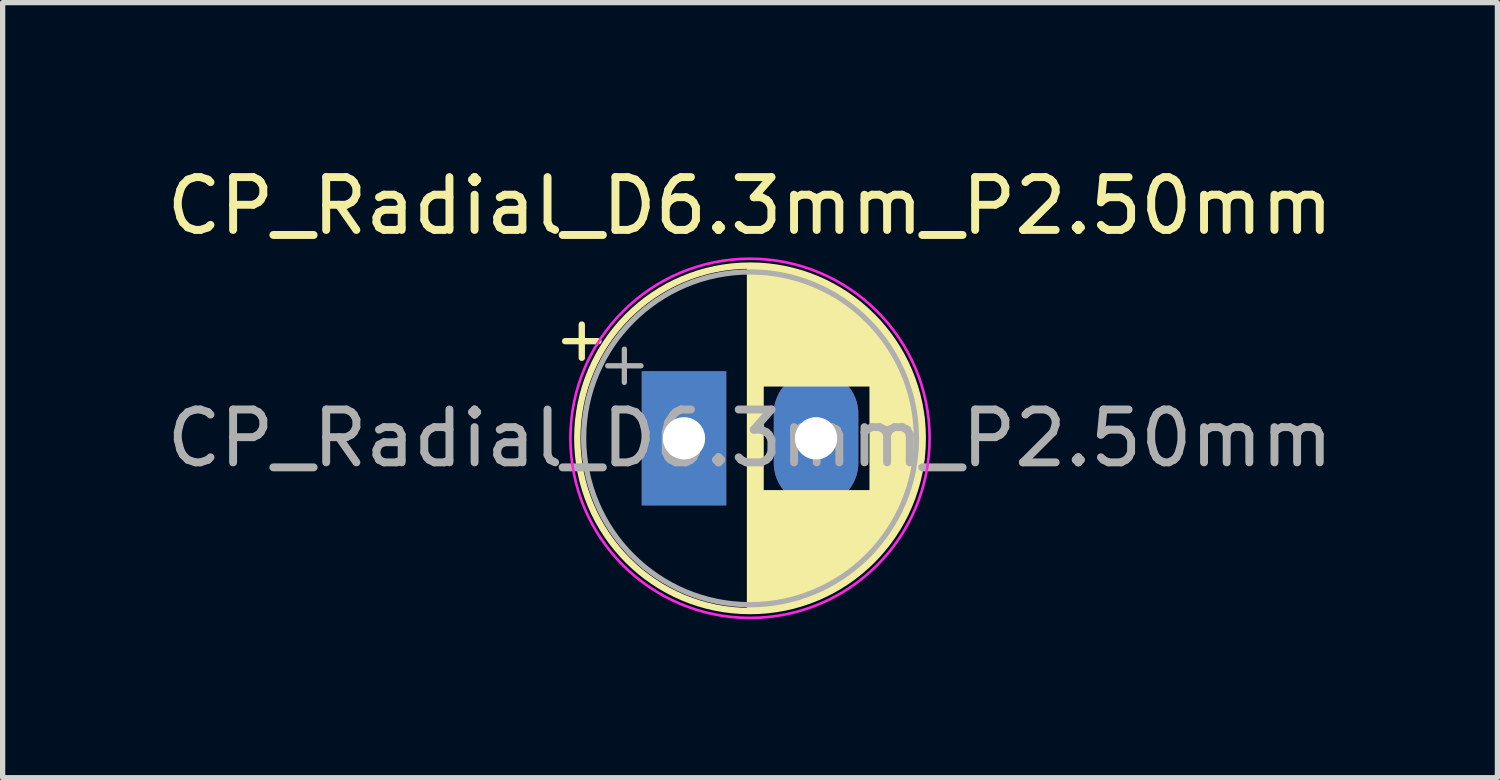
<source format=kicad_pcb>
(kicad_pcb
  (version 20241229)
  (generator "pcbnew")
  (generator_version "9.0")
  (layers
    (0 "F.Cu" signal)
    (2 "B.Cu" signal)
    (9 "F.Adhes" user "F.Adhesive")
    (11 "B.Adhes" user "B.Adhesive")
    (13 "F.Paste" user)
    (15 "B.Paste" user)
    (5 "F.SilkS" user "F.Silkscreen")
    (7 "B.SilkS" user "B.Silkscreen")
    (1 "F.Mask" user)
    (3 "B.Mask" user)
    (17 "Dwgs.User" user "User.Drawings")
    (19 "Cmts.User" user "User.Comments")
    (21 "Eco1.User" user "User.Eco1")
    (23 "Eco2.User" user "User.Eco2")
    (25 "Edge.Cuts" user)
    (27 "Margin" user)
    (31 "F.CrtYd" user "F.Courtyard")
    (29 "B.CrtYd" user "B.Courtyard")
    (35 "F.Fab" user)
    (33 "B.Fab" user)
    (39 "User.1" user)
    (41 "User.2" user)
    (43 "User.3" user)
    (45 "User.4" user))
  (footprint "CP_Radial_D6.3mm_P2.50mm"
    (layer "F.Cu")
    (at 9.899 5.248)
    (property "Reference" "CP_Radial_D6.3mm_P2.50mm" (at 1.25 -4.4 0) (layer "F.SilkS") (effects (font (size 1 1) (thickness 0.15))))
    (attr through_hole)
    (fp_line (start -2.25 -1.839) (end -1.62 -1.839) (stroke (width 0.12) (type solid)) (layer "F.SilkS"))
    (fp_line (start -1.935 -2.154) (end -1.935 -1.524) (stroke (width 0.12) (type solid)) (layer "F.SilkS"))
    (fp_line (start 1.25 -3.23) (end 1.25 3.23) (stroke (width 0.12) (type solid)) (layer "F.SilkS"))
    (fp_line (start 1.29 -3.23) (end 1.29 3.23) (stroke (width 0.12) (type solid)) (layer "F.SilkS"))
    (fp_line (start 1.33 -3.23) (end 1.33 3.23) (stroke (width 0.12) (type solid)) (layer "F.SilkS"))
    (fp_line (start 1.37 -3.228) (end 1.37 3.228) (stroke (width 0.12) (type solid)) (layer "F.SilkS"))
    (fp_line (start 1.41 -3.227) (end 1.41 3.227) (stroke (width 0.12) (type solid)) (layer "F.SilkS"))
    (fp_line (start 1.45 -3.224) (end 1.45 3.224) (stroke (width 0.12) (type solid)) (layer "F.SilkS"))
    (fp_line (start 1.49 -3.222) (end 1.49 -1.04) (stroke (width 0.12) (type solid)) (layer "F.SilkS"))
    (fp_line (start 1.49 1.04) (end 1.49 3.222) (stroke (width 0.12) (type solid)) (layer "F.SilkS"))
    (fp_line (start 1.53 -3.218) (end 1.53 -1.04) (stroke (width 0.12) (type solid)) (layer "F.SilkS"))
    (fp_line (start 1.53 1.04) (end 1.53 3.218) (stroke (width 0.12) (type solid)) (layer "F.SilkS"))
    (fp_line (start 1.57 -3.215) (end 1.57 -1.04) (stroke (width 0.12) (type solid)) (layer "F.SilkS"))
    (fp_line (start 1.57 1.04) (end 1.57 3.215) (stroke (width 0.12) (type solid)) (layer "F.SilkS"))
    (fp_line (start 1.61 -3.211) (end 1.61 -1.04) (stroke (width 0.12) (type solid)) (layer "F.SilkS"))
    (fp_line (start 1.61 1.04) (end 1.61 3.211) (stroke (width 0.12) (type solid)) (layer "F.SilkS"))
    (fp_line (start 1.65 -3.206) (end 1.65 -1.04) (stroke (width 0.12) (type solid)) (layer "F.SilkS"))
    (fp_line (start 1.65 1.04) (end 1.65 3.206) (stroke (width 0.12) (type solid)) (layer "F.SilkS"))
    (fp_line (start 1.69 -3.201) (end 1.69 -1.04) (stroke (width 0.12) (type solid)) (layer "F.SilkS"))
    (fp_line (start 1.69 1.04) (end 1.69 3.201) (stroke (width 0.12) (type solid)) (layer "F.SilkS"))
    (fp_line (start 1.73 -3.195) (end 1.73 -1.04) (stroke (width 0.12) (type solid)) (layer "F.SilkS"))
    (fp_line (start 1.73 1.04) (end 1.73 3.195) (stroke (width 0.12) (type solid)) (layer "F.SilkS"))
    (fp_line (start 1.77 -3.189) (end 1.77 -1.04) (stroke (width 0.12) (type solid)) (layer "F.SilkS"))
    (fp_line (start 1.77 1.04) (end 1.77 3.189) (stroke (width 0.12) (type solid)) (layer "F.SilkS"))
    (fp_line (start 1.81 -3.182) (end 1.81 -1.04) (stroke (width 0.12) (type solid)) (layer "F.SilkS"))
    (fp_line (start 1.81 1.04) (end 1.81 3.182) (stroke (width 0.12) (type solid)) (layer "F.SilkS"))
    (fp_line (start 1.85 -3.175) (end 1.85 -1.04) (stroke (width 0.12) (type solid)) (layer "F.SilkS"))
    (fp_line (start 1.85 1.04) (end 1.85 3.175) (stroke (width 0.12) (type solid)) (layer "F.SilkS"))
    (fp_line (start 1.89 -3.167) (end 1.89 -1.04) (stroke (width 0.12) (type solid)) (layer "F.SilkS"))
    (fp_line (start 1.89 1.04) (end 1.89 3.167) (stroke (width 0.12) (type solid)) (layer "F.SilkS"))
    (fp_line (start 1.93 -3.159) (end 1.93 -1.04) (stroke (width 0.12) (type solid)) (layer "F.SilkS"))
    (fp_line (start 1.93 1.04) (end 1.93 3.159) (stroke (width 0.12) (type solid)) (layer "F.SilkS"))
    (fp_line (start 1.971 -3.15) (end 1.971 -1.04) (stroke (width 0.12) (type solid)) (layer "F.SilkS"))
    (fp_line (start 1.971 1.04) (end 1.971 3.15) (stroke (width 0.12) (type solid)) (layer "F.SilkS"))
    (fp_line (start 2.011 -3.141) (end 2.011 -1.04) (stroke (width 0.12) (type solid)) (layer "F.SilkS"))
    (fp_line (start 2.011 1.04) (end 2.011 3.141) (stroke (width 0.12) (type solid)) (layer "F.SilkS"))
    (fp_line (start 2.051 -3.131) (end 2.051 -1.04) (stroke (width 0.12) (type solid)) (layer "F.SilkS"))
    (fp_line (start 2.051 1.04) (end 2.051 3.131) (stroke (width 0.12) (type solid)) (layer "F.SilkS"))
    (fp_line (start 2.091 -3.121) (end 2.091 -1.04) (stroke (width 0.12) (type solid)) (layer "F.SilkS"))
    (fp_line (start 2.091 1.04) (end 2.091 3.121) (stroke (width 0.12) (type solid)) (layer "F.SilkS"))
    (fp_line (start 2.131 -3.11) (end 2.131 -1.04) (stroke (width 0.12) (type solid)) (layer "F.SilkS"))
    (fp_line (start 2.131 1.04) (end 2.131 3.11) (stroke (width 0.12) (type solid)) (layer "F.SilkS"))
    (fp_line (start 2.171 -3.098) (end 2.171 -1.04) (stroke (width 0.12) (type solid)) (layer "F.SilkS"))
    (fp_line (start 2.171 1.04) (end 2.171 3.098) (stroke (width 0.12) (type solid)) (layer "F.SilkS"))
    (fp_line (start 2.211 -3.086) (end 2.211 -1.04) (stroke (width 0.12) (type solid)) (layer "F.SilkS"))
    (fp_line (start 2.211 1.04) (end 2.211 3.086) (stroke (width 0.12) (type solid)) (layer "F.SilkS"))
    (fp_line (start 2.251 -3.074) (end 2.251 -1.04) (stroke (width 0.12) (type solid)) (layer "F.SilkS"))
    (fp_line (start 2.251 1.04) (end 2.251 3.074) (stroke (width 0.12) (type solid)) (layer "F.SilkS"))
    (fp_line (start 2.291 -3.061) (end 2.291 -1.04) (stroke (width 0.12) (type solid)) (layer "F.SilkS"))
    (fp_line (start 2.291 1.04) (end 2.291 3.061) (stroke (width 0.12) (type solid)) (layer "F.SilkS"))
    (fp_line (start 2.331 -3.047) (end 2.331 -1.04) (stroke (width 0.12) (type solid)) (layer "F.SilkS"))
    (fp_line (start 2.331 1.04) (end 2.331 3.047) (stroke (width 0.12) (type solid)) (layer "F.SilkS"))
    (fp_line (start 2.371 -3.033) (end 2.371 -1.04) (stroke (width 0.12) (type solid)) (layer "F.SilkS"))
    (fp_line (start 2.371 1.04) (end 2.371 3.033) (stroke (width 0.12) (type solid)) (layer "F.SilkS"))
    (fp_line (start 2.411 -3.018) (end 2.411 -1.04) (stroke (width 0.12) (type solid)) (layer "F.SilkS"))
    (fp_line (start 2.411 1.04) (end 2.411 3.018) (stroke (width 0.12) (type solid)) (layer "F.SilkS"))
    (fp_line (start 2.451 -3.002) (end 2.451 -1.04) (stroke (width 0.12) (type solid)) (layer "F.SilkS"))
    (fp_line (start 2.451 1.04) (end 2.451 3.002) (stroke (width 0.12) (type solid)) (layer "F.SilkS"))
    (fp_line (start 2.491 -2.986) (end 2.491 -1.04) (stroke (width 0.12) (type solid)) (layer "F.SilkS"))
    (fp_line (start 2.491 1.04) (end 2.491 2.986) (stroke (width 0.12) (type solid)) (layer "F.SilkS"))
    (fp_line (start 2.531 -2.97) (end 2.531 -1.04) (stroke (width 0.12) (type solid)) (layer "F.SilkS"))
    (fp_line (start 2.531 1.04) (end 2.531 2.97) (stroke (width 0.12) (type solid)) (layer "F.SilkS"))
    (fp_line (start 2.571 -2.952) (end 2.571 -1.04) (stroke (width 0.12) (type solid)) (layer "F.SilkS"))
    (fp_line (start 2.571 1.04) (end 2.571 2.952) (stroke (width 0.12) (type solid)) (layer "F.SilkS"))
    (fp_line (start 2.611 -2.934) (end 2.611 -1.04) (stroke (width 0.12) (type solid)) (layer "F.SilkS"))
    (fp_line (start 2.611 1.04) (end 2.611 2.934) (stroke (width 0.12) (type solid)) (layer "F.SilkS"))
    (fp_line (start 2.651 -2.916) (end 2.651 -1.04) (stroke (width 0.12) (type solid)) (layer "F.SilkS"))
    (fp_line (start 2.651 1.04) (end 2.651 2.916) (stroke (width 0.12) (type solid)) (layer "F.SilkS"))
    (fp_line (start 2.691 -2.896) (end 2.691 -1.04) (stroke (width 0.12) (type solid)) (layer "F.SilkS"))
    (fp_line (start 2.691 1.04) (end 2.691 2.896) (stroke (width 0.12) (type solid)) (layer "F.SilkS"))
    (fp_line (start 2.731 -2.876) (end 2.731 -1.04) (stroke (width 0.12) (type solid)) (layer "F.SilkS"))
    (fp_line (start 2.731 1.04) (end 2.731 2.876) (stroke (width 0.12) (type solid)) (layer "F.SilkS"))
    (fp_line (start 2.771 -2.856) (end 2.771 -1.04) (stroke (width 0.12) (type solid)) (layer "F.SilkS"))
    (fp_line (start 2.771 1.04) (end 2.771 2.856) (stroke (width 0.12) (type solid)) (layer "F.SilkS"))
    (fp_line (start 2.811 -2.834) (end 2.811 -1.04) (stroke (width 0.12) (type solid)) (layer "F.SilkS"))
    (fp_line (start 2.811 1.04) (end 2.811 2.834) (stroke (width 0.12) (type solid)) (layer "F.SilkS"))
    (fp_line (start 2.851 -2.812) (end 2.851 -1.04) (stroke (width 0.12) (type solid)) (layer "F.SilkS"))
    (fp_line (start 2.851 1.04) (end 2.851 2.812) (stroke (width 0.12) (type solid)) (layer "F.SilkS"))
    (fp_line (start 2.891 -2.79) (end 2.891 -1.04) (stroke (width 0.12) (type solid)) (layer "F.SilkS"))
    (fp_line (start 2.891 1.04) (end 2.891 2.79) (stroke (width 0.12) (type solid)) (layer "F.SilkS"))
    (fp_line (start 2.931 -2.766) (end 2.931 -1.04) (stroke (width 0.12) (type solid)) (layer "F.SilkS"))
    (fp_line (start 2.931 1.04) (end 2.931 2.766) (stroke (width 0.12) (type solid)) (layer "F.SilkS"))
    (fp_line (start 2.971 -2.742) (end 2.971 -1.04) (stroke (width 0.12) (type solid)) (layer "F.SilkS"))
    (fp_line (start 2.971 1.04) (end 2.971 2.742) (stroke (width 0.12) (type solid)) (layer "F.SilkS"))
    (fp_line (start 3.011 -2.716) (end 3.011 -1.04) (stroke (width 0.12) (type solid)) (layer "F.SilkS"))
    (fp_line (start 3.011 1.04) (end 3.011 2.716) (stroke (width 0.12) (type solid)) (layer "F.SilkS"))
    (fp_line (start 3.051 -2.69) (end 3.051 -1.04) (stroke (width 0.12) (type solid)) (layer "F.SilkS"))
    (fp_line (start 3.051 1.04) (end 3.051 2.69) (stroke (width 0.12) (type solid)) (layer "F.SilkS"))
    (fp_line (start 3.091 -2.664) (end 3.091 -1.04) (stroke (width 0.12) (type solid)) (layer "F.SilkS"))
    (fp_line (start 3.091 1.04) (end 3.091 2.664) (stroke (width 0.12) (type solid)) (layer "F.SilkS"))
    (fp_line (start 3.131 -2.636) (end 3.131 -1.04) (stroke (width 0.12) (type solid)) (layer "F.SilkS"))
    (fp_line (start 3.131 1.04) (end 3.131 2.636) (stroke (width 0.12) (type solid)) (layer "F.SilkS"))
    (fp_line (start 3.171 -2.607) (end 3.171 -1.04) (stroke (width 0.12) (type solid)) (layer "F.SilkS"))
    (fp_line (start 3.171 1.04) (end 3.171 2.607) (stroke (width 0.12) (type solid)) (layer "F.SilkS"))
    (fp_line (start 3.211 -2.578) (end 3.211 -1.04) (stroke (width 0.12) (type solid)) (layer "F.SilkS"))
    (fp_line (start 3.211 1.04) (end 3.211 2.578) (stroke (width 0.12) (type solid)) (layer "F.SilkS"))
    (fp_line (start 3.251 -2.548) (end 3.251 -1.04) (stroke (width 0.12) (type solid)) (layer "F.SilkS"))
    (fp_line (start 3.251 1.04) (end 3.251 2.548) (stroke (width 0.12) (type solid)) (layer "F.SilkS"))
    (fp_line (start 3.291 -2.516) (end 3.291 -1.04) (stroke (width 0.12) (type solid)) (layer "F.SilkS"))
    (fp_line (start 3.291 1.04) (end 3.291 2.516) (stroke (width 0.12) (type solid)) (layer "F.SilkS"))
    (fp_line (start 3.331 -2.484) (end 3.331 -1.04) (stroke (width 0.12) (type solid)) (layer "F.SilkS"))
    (fp_line (start 3.331 1.04) (end 3.331 2.484) (stroke (width 0.12) (type solid)) (layer "F.SilkS"))
    (fp_line (start 3.371 -2.45) (end 3.371 -1.04) (stroke (width 0.12) (type solid)) (layer "F.SilkS"))
    (fp_line (start 3.371 1.04) (end 3.371 2.45) (stroke (width 0.12) (type solid)) (layer "F.SilkS"))
    (fp_line (start 3.411 -2.416) (end 3.411 -1.04) (stroke (width 0.12) (type solid)) (layer "F.SilkS"))
    (fp_line (start 3.411 1.04) (end 3.411 2.416) (stroke (width 0.12) (type solid)) (layer "F.SilkS"))
    (fp_line (start 3.451 -2.38) (end 3.451 -1.04) (stroke (width 0.12) (type solid)) (layer "F.SilkS"))
    (fp_line (start 3.451 1.04) (end 3.451 2.38) (stroke (width 0.12) (type solid)) (layer "F.SilkS"))
    (fp_line (start 3.491 -2.343) (end 3.491 -1.04) (stroke (width 0.12) (type solid)) (layer "F.SilkS"))
    (fp_line (start 3.491 1.04) (end 3.491 2.343) (stroke (width 0.12) (type solid)) (layer "F.SilkS"))
    (fp_line (start 3.531 -2.305) (end 3.531 -1.04) (stroke (width 0.12) (type solid)) (layer "F.SilkS"))
    (fp_line (start 3.531 1.04) (end 3.531 2.305) (stroke (width 0.12) (type solid)) (layer "F.SilkS"))
    (fp_line (start 3.571 -2.265) (end 3.571 2.265) (stroke (width 0.12) (type solid)) (layer "F.SilkS"))
    (fp_line (start 3.611 -2.224) (end 3.611 2.224) (stroke (width 0.12) (type solid)) (layer "F.SilkS"))
    (fp_line (start 3.651 -2.182) (end 3.651 2.182) (stroke (width 0.12) (type solid)) (layer "F.SilkS"))
    (fp_line (start 3.691 -2.137) (end 3.691 2.137) (stroke (width 0.12) (type solid)) (layer "F.SilkS"))
    (fp_line (start 3.731 -2.092) (end 3.731 2.092) (stroke (width 0.12) (type solid)) (layer "F.SilkS"))
    (fp_line (start 3.771 -2.044) (end 3.771 2.044) (stroke (width 0.12) (type solid)) (layer "F.SilkS"))
    (fp_line (start 3.811 -1.995) (end 3.811 1.995) (stroke (width 0.12) (type solid)) (layer "F.SilkS"))
    (fp_line (start 3.851 -1.944) (end 3.851 1.944) (stroke (width 0.12) (type solid)) (layer "F.SilkS"))
    (fp_line (start 3.891 -1.89) (end 3.891 1.89) (stroke (width 0.12) (type solid)) (layer "F.SilkS"))
    (fp_line (start 3.931 -1.834) (end 3.931 1.834) (stroke (width 0.12) (type solid)) (layer "F.SilkS"))
    (fp_line (start 3.971 -1.776) (end 3.971 1.776) (stroke (width 0.12) (type solid)) (layer "F.SilkS"))
    (fp_line (start 4.011 -1.714) (end 4.011 1.714) (stroke (width 0.12) (type solid)) (layer "F.SilkS"))
    (fp_line (start 4.051 -1.65) (end 4.051 1.65) (stroke (width 0.12) (type solid)) (layer "F.SilkS"))
    (fp_line (start 4.091 -1.581) (end 4.091 1.581) (stroke (width 0.12) (type solid)) (layer "F.SilkS"))
    (fp_line (start 4.131 -1.509) (end 4.131 1.509) (stroke (width 0.12) (type solid)) (layer "F.SilkS"))
    (fp_line (start 4.171 -1.432) (end 4.171 1.432) (stroke (width 0.12) (type solid)) (layer "F.SilkS"))
    (fp_line (start 4.211 -1.35) (end 4.211 1.35) (stroke (width 0.12) (type solid)) (layer "F.SilkS"))
    (fp_line (start 4.251 -1.262) (end 4.251 1.262) (stroke (width 0.12) (type solid)) (layer "F.SilkS"))
    (fp_line (start 4.291 -1.165) (end 4.291 1.165) (stroke (width 0.12) (type solid)) (layer "F.SilkS"))
    (fp_line (start 4.331 -1.059) (end 4.331 1.059) (stroke (width 0.12) (type solid)) (layer "F.SilkS"))
    (fp_line (start 4.371 -0.94) (end 4.371 0.94) (stroke (width 0.12) (type solid)) (layer "F.SilkS"))
    (fp_line (start 4.411 -0.802) (end 4.411 0.802) (stroke (width 0.12) (type solid)) (layer "F.SilkS"))
    (fp_line (start 4.451 -0.633) (end 4.451 0.633) (stroke (width 0.12) (type solid)) (layer "F.SilkS"))
    (fp_line (start 4.491 -0.402) (end 4.491 0.402) (stroke (width 0.12) (type solid)) (layer "F.SilkS"))
    (fp_circle (center 1.25 0) (end 4.52 0) (stroke (width 0.12) (type solid)) (fill no) (layer "F.SilkS"))
    (fp_circle (center 1.25 0) (end 4.65 0) (stroke (width 0.05) (type solid)) (fill no) (layer "F.CrtYd"))
    (fp_line (start -1.444 -1.373) (end -0.814 -1.373) (stroke (width 0.1) (type solid)) (layer "F.Fab"))
    (fp_line (start -1.129 -1.688) (end -1.129 -1.058) (stroke (width 0.1) (type solid)) (layer "F.Fab"))
    (fp_circle (center 1.25 0) (end 4.4 0) (stroke (width 0.1) (type solid)) (fill no) (layer "F.Fab"))
    (fp_text user "${REFERENCE}" (at 1.25 0 0) (layer "F.Fab") (effects (font (size 1 1) (thickness 0.15))))
    (pad "1" thru_hole rect (at 0 0) (size 1.6 2.54) (drill 0.8) (layers "*.Cu" "*.Mask"))
    (pad "2" thru_hole oval (at 2.5 0) (size 1.6 2.54) (drill 0.8) (layers "*.Cu" "*.Mask")))
  (gr_rect
    (start -3 -3)
    (end 25.298 11.673)
    (stroke (width 0.1) (type default))
    (fill no)
    (layer "Edge.Cuts")))
</source>
